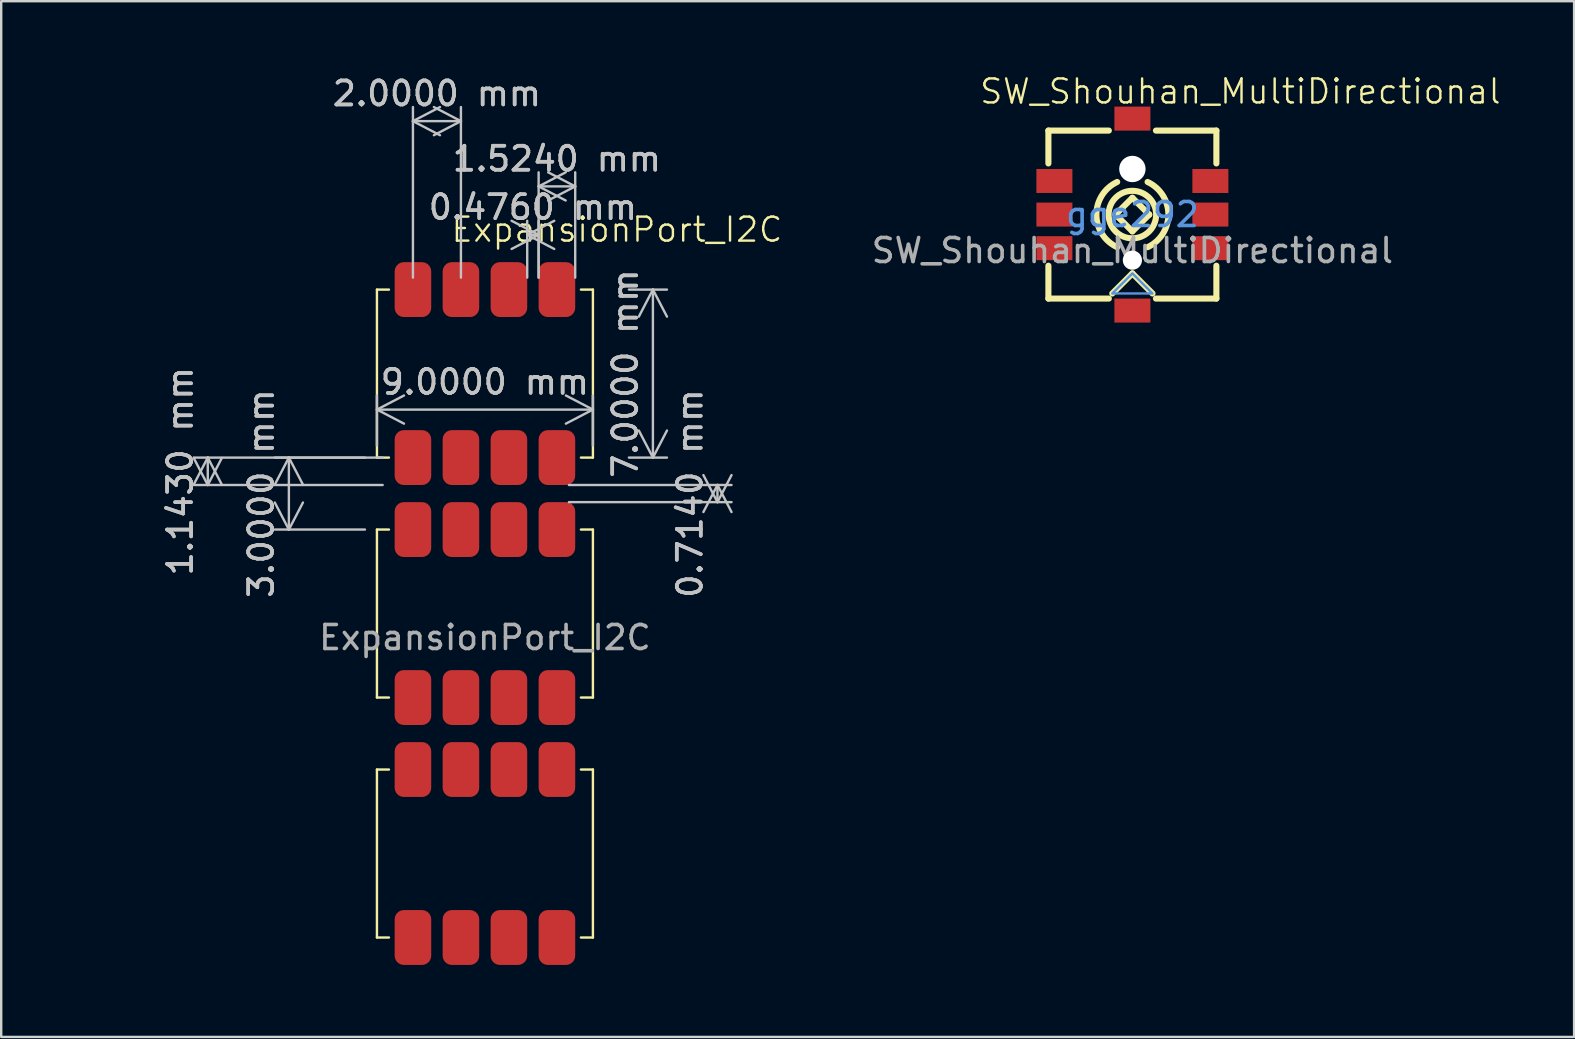
<source format=kicad_pcb>
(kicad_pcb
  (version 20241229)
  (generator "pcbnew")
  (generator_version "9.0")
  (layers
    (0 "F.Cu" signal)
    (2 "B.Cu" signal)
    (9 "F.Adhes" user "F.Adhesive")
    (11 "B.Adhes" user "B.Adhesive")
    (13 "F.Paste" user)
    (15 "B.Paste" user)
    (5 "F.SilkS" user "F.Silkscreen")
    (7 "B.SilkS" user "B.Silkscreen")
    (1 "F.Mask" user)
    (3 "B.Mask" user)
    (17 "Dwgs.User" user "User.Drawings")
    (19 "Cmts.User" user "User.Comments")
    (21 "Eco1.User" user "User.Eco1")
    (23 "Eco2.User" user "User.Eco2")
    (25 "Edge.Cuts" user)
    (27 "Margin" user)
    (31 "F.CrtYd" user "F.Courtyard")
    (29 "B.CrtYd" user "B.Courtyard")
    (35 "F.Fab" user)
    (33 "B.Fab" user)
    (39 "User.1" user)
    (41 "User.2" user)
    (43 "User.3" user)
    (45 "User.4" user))
  (footprint "SW_Shouhan_MultiDirectional"
    (layer "F.Cu")
    (at 44.139 5.761)
    (property "Reference" "SW_Shouhan_MultiDirectional" (at 4.5 -5 0) (unlocked yes) (layer "F.SilkS") (effects (font (size 1 1) (thickness 0.1))))
    (attr smd)
    (fp_line (start -3.5 -2) (end -3.5 -3.369) (stroke (width 0.254) (type solid)) (layer "F.SilkS"))
    (fp_line (start -3.5 3.631) (end -3.5 2.262) (stroke (width 0.254) (type solid)) (layer "F.SilkS"))
    (fp_line (start -3.5 3.631) (end -0.981 3.631) (stroke (width 0.254) (type solid)) (layer "F.SilkS"))
    (fp_line (start -0.981 -3.369) (end -3.5 -3.369) (stroke (width 0.254) (type solid)) (layer "F.SilkS"))
    (fp_line (start -0.838 3.419) (end 0 2.581) (stroke (width 0.254) (type solid)) (layer "F.SilkS"))
    (fp_line (start -0.7 0.131) (end -0.7 0.131) (stroke (width 0.254) (type solid)) (layer "F.SilkS"))
    (fp_line (start -0.7 0.131) (end 0 0.831) (stroke (width 0.254) (type solid)) (layer "F.SilkS"))
    (fp_line (start 0 -0.569) (end -0.7 0.131) (stroke (width 0.254) (type solid)) (layer "F.SilkS"))
    (fp_line (start 0 0.831) (end 0.7 0.131) (stroke (width 0.254) (type solid)) (layer "F.SilkS"))
    (fp_line (start 0 2.581) (end 0.838 3.419) (stroke (width 0.254) (type solid)) (layer "F.SilkS"))
    (fp_line (start 0.7 0.131) (end 0 -0.569) (stroke (width 0.254) (type solid)) (layer "F.SilkS"))
    (fp_line (start 0.7 0.131) (end 0.7 0.131) (stroke (width 0.254) (type solid)) (layer "F.SilkS"))
    (fp_line (start 0.981 3.631) (end 3.5 3.631) (stroke (width 0.254) (type solid)) (layer "F.SilkS"))
    (fp_line (start 3.5 -3.369) (end 0.981 -3.369) (stroke (width 0.254) (type solid)) (layer "F.SilkS"))
    (fp_line (start 3.5 -3.369) (end 3.5 -2) (stroke (width 0.254) (type solid)) (layer "F.SilkS"))
    (fp_line (start 3.5 2.262) (end 3.5 3.631) (stroke (width 0.254) (type solid)) (layer "F.SilkS"))
    (fp_arc (start -0.634 1.49) (mid -1.499612 0.130739) (end -0.633527 -1.228221) (stroke (width 0.254) (type solid)) (layer "F.SilkS"))
    (fp_arc (start 0.634 -1.228) (mid 1.499612 0.131261) (end 0.633527 1.490221) (stroke (width 0.254) (type solid)) (layer "F.SilkS"))
    (fp_circle (center 0 0.131) (end 0.99 0.131) (stroke (width 0.254) (type solid)) (fill no) (layer "F.SilkS"))
    (fp_circle (center 0 -1.769) (end 0.225 -1.769) (stroke (width 0.45) (type solid)) (fill no) (layer "Cmts.User"))
    (fp_circle (center 0 2.031) (end 0.15 2.031) (stroke (width 0.3) (type solid)) (fill no) (layer "Cmts.User"))
    (fp_poly (pts (xy -0.838 3.419) (xy 0.838 3.419) (xy 0 2.581)) (stroke (width 0.1) (type solid)) (fill no) (layer "Cmts.User"))
    (fp_text user "gge292" (at 0 0.131 0) (layer "Cmts.User") (effects (font (size 1 1) (thickness 0.15))))
    (fp_text user "${REFERENCE}" (at 0.000001 1.631 0) (unlocked yes) (layer "F.Fab") (effects (font (size 1 1) (thickness 0.15))))
    (pad "" np_thru_hole circle (at 0 -1.769) (size 1.1 1.1) (drill 1.1) (layers "*.Cu" "*.Mask"))
    (pad "" np_thru_hole circle (at 0 2.031) (size 0.8 0.8) (drill 0.8) (layers "*.Cu" "*.Mask"))
    (pad "1" smd rect (at -3.25 -1.269) (size 1.5 1) (layers "F.Cu" "F.Mask" "F.Paste"))
    (pad "2" smd rect (at -3.25 0.131) (size 1.5 1) (layers "F.Cu" "F.Mask" "F.Paste"))
    (pad "3" smd rect (at -3.25 1.531) (size 1.5 1) (layers "F.Cu" "F.Mask" "F.Paste"))
    (pad "4" smd rect (at 3.25 1.531) (size 1.5 1) (layers "F.Cu" "F.Mask" "F.Paste"))
    (pad "5" smd rect (at 3.25 0.131) (size 1.5 1) (layers "F.Cu" "F.Mask" "F.Paste"))
    (pad "6" smd rect (at 3.25 -1.269) (size 1.5 1) (layers "F.Cu" "F.Mask" "F.Paste"))
    (pad "7" smd rect (at 0 -3.869) (size 1.5 1) (layers "F.Cu" "F.Mask" "F.Paste"))
    (pad "8" smd rect (at 0 4.131) (size 1.5 1) (layers "F.Cu" "F.Mask" "F.Paste")))
  (footprint "ExpansionPort_I2C"
    (layer "F.Cu")
    (at 17.158 22.018)
    (property "Reference" "ExpansionPort_I2C" (at 5.5 -15.5 0) (unlocked yes) (layer "F.SilkS") (effects (font (size 1 1) (thickness 0.1))))
    (attr smd)
    (fp_line (start -4.5 -13) (end -4 -13) (stroke (width 0.1) (type default)) (layer "F.SilkS"))
    (fp_line (start -4.5 -6) (end -4.5 -13) (stroke (width 0.1) (type default)) (layer "F.SilkS"))
    (fp_line (start -4.5 -3) (end -4 -3) (stroke (width 0.1) (type default)) (layer "F.SilkS"))
    (fp_line (start -4.5 4) (end -4.5 -3) (stroke (width 0.1) (type default)) (layer "F.SilkS"))
    (fp_line (start -4.5 7) (end -4 7) (stroke (width 0.1) (type default)) (layer "F.SilkS"))
    (fp_line (start -4.5 14) (end -4.5 7) (stroke (width 0.1) (type default)) (layer "F.SilkS"))
    (fp_line (start -4 -6) (end -4.5 -6) (stroke (width 0.1) (type default)) (layer "F.SilkS"))
    (fp_line (start -4 4) (end -4.5 4) (stroke (width 0.1) (type default)) (layer "F.SilkS"))
    (fp_line (start -4 14) (end -4.5 14) (stroke (width 0.1) (type default)) (layer "F.SilkS"))
    (fp_line (start 4 -13) (end 4.5 -13) (stroke (width 0.1) (type default)) (layer "F.SilkS"))
    (fp_line (start 4 -3) (end 4.5 -3) (stroke (width 0.1) (type default)) (layer "F.SilkS"))
    (fp_line (start 4 7) (end 4.5 7) (stroke (width 0.1) (type default)) (layer "F.SilkS"))
    (fp_line (start 4.5 -13) (end 4.5 -6) (stroke (width 0.1) (type default)) (layer "F.SilkS"))
    (fp_line (start 4.5 -6) (end 4 -6) (stroke (width 0.1) (type default)) (layer "F.SilkS"))
    (fp_line (start 4.5 -3) (end 4.5 4) (stroke (width 0.1) (type default)) (layer "F.SilkS"))
    (fp_line (start 4.5 4) (end 4 4) (stroke (width 0.1) (type default)) (layer "F.SilkS"))
    (fp_line (start 4.5 7) (end 4.5 14) (stroke (width 0.1) (type default)) (layer "F.SilkS"))
    (fp_line (start 4.5 14) (end 4 14) (stroke (width 0.1) (type default)) (layer "F.SilkS"))
    (fp_text user "${REFERENCE}" (at 0 1.5 0) (unlocked yes) (layer "F.Fab") (effects (font (size 1 1) (thickness 0.15))))
    (dimension (type aligned) (layer "Dwgs.User") (pts (xy 20.158 17.875) (xy 20.158 17.161)) (height 6.69) (format (prefix "") (suffix "") (units 3) (units_format 1) (precision 4)) (style (thickness 0.1) (arrow_length 1.27) (text_position_mode 0) (arrow_direction outward) (extension_height 0.586) (extension_offset 0.5) (keep_text_aligned yes)) (gr_text "0.7140 mm" (at 25.698 17.518 90) (layer "Dwgs.User") (effects (font (size 1 1) (thickness 0.15)))))
    (dimension (type aligned) (layer "Dwgs.User") (pts (xy 20.92 9.018) (xy 19.396 9.018)) (height 4.3) (format (prefix "") (suffix "") (units 3) (units_format 1) (precision 4)) (style (thickness 0.1) (arrow_length 1.27) (text_position_mode 0) (arrow_direction outward) (extension_height 0.586) (extension_offset 0.5) (keep_text_aligned yes)) (gr_text "1.5240 mm" (at 20.158 3.568 0) (layer "Dwgs.User") (effects (font (size 1 1) (thickness 0.15)))))
    (dimension (type aligned) (layer "Dwgs.User") (pts (xy 19.396 9.018) (xy 18.92 9.018)) (height 2.28) (format (prefix "") (suffix "") (units 3) (units_format 1) (precision 4)) (style (thickness 0.1) (arrow_length 1.27) (text_position_mode 0) (arrow_direction outward) (extension_height 0.586) (extension_offset 0.5) (keep_text_aligned yes)) (gr_text "0.4760 mm" (at 19.158 5.588 0) (layer "Dwgs.User") (effects (font (size 1 1) (thickness 0.15)))))
    (dimension (type aligned) (layer "Dwgs.User") (pts (xy 12.658 19.018) (xy 12.658 16.018)) (height -3.67) (format (prefix "") (suffix "") (units 3) (units_format 1) (precision 4)) (style (thickness 0.1) (arrow_length 1.27) (text_position_mode 0) (arrow_direction outward) (extension_height 0.586) (extension_offset 0.5) (keep_text_aligned yes)) (gr_text "3.0000 mm" (at 7.838 17.518 90) (layer "Dwgs.User") (effects (font (size 1 1) (thickness 0.15)))))
    (dimension (type aligned) (layer "Dwgs.User") (pts (xy 14.158 9.018) (xy 16.158 9.018)) (height -7.02) (format (prefix "") (suffix "") (units 3) (units_format 1) (precision 4)) (style (thickness 0.1) (arrow_length 1.27) (text_position_mode 0) (arrow_direction outward) (extension_height 0.586) (extension_offset 0.5) (keep_text_aligned yes)) (gr_text "2.0000 mm" (at 15.158 0.848 0) (layer "Dwgs.User") (effects (font (size 1 1) (thickness 0.15)))))
    (dimension (type aligned) (layer "Dwgs.User") (pts (xy 22.658 9.018) (xy 22.658 16.018)) (height -1.5) (format (prefix "") (suffix "") (units 3) (units_format 1) (precision 4)) (style (thickness 0.1) (arrow_length 1.27) (text_position_mode 0) (arrow_direction outward) (extension_height 0.586) (extension_offset 0.5) (keep_text_aligned yes)) (gr_text "7.0000 mm" (at 23.008 12.518 90) (layer "Dwgs.User") (effects (font (size 1 1) (thickness 0.15)))))
    (dimension (type aligned) (layer "Dwgs.User") (pts (xy 21.658 16.018) (xy 12.658 16.018)) (height 2) (format (prefix "") (suffix "") (units 3) (units_format 1) (precision 4)) (style (thickness 0.1) (arrow_length 1.27) (text_position_mode 0) (arrow_direction outward) (extension_height 0.586) (extension_offset 0.5) (keep_text_aligned yes)) (gr_text "9.0000 mm" (at 17.158 12.868 0) (layer "Dwgs.User") (effects (font (size 1 1) (thickness 0.15)))))
    (dimension (type aligned) (layer "Dwgs.User") (pts (xy 13.396 17.161) (xy 13.396 16.018)) (height -7.788) (format (prefix "") (suffix "") (units 3) (units_format 1) (precision 4)) (style (thickness 0.1) (arrow_length 1.27) (text_position_mode 0) (arrow_direction outward) (extension_height 0.586) (extension_offset 0.5) (keep_text_aligned yes)) (gr_text "1.1430 mm" (at 4.458 16.59 90) (layer "Dwgs.User") (effects (font (size 1 1) (thickness 0.15)))))
    (pad "1" smd roundrect (at -3 -13 90) (size 2.286 1.524) (layers "F.Cu" "F.Mask" "F.Paste") (roundrect_rratio 0.25))
    (pad "1" smd roundrect (at -3 -3 90) (size 2.286 1.524) (layers "F.Cu" "F.Mask" "F.Paste") (roundrect_rratio 0.25))
    (pad "1" smd roundrect (at -3 7 90) (size 2.286 1.524) (layers "F.Cu" "F.Mask" "F.Paste") (roundrect_rratio 0.25))
    (pad "1" smd roundrect (at -1 -13 90) (size 2.286 1.524) (layers "F.Cu" "F.Mask" "F.Paste") (roundrect_rratio 0.25))
    (pad "1" smd roundrect (at -1 -3 90) (size 2.286 1.524) (layers "F.Cu" "F.Mask" "F.Paste") (roundrect_rratio 0.25))
    (pad "1" smd roundrect (at -1 7 90) (size 2.286 1.524) (layers "F.Cu" "F.Mask" "F.Paste") (roundrect_rratio 0.25))
    (pad "1" smd roundrect (at 1 -13 90) (size 2.286 1.524) (layers "F.Cu" "F.Mask" "F.Paste") (roundrect_rratio 0.25))
    (pad "1" smd roundrect (at 1 -3 90) (size 2.286 1.524) (layers "F.Cu" "F.Mask" "F.Paste") (roundrect_rratio 0.25))
    (pad "1" smd roundrect (at 1 7 90) (size 2.286 1.524) (layers "F.Cu" "F.Mask" "F.Paste") (roundrect_rratio 0.25))
    (pad "1" smd roundrect (at 3 -13 90) (size 2.286 1.524) (layers "F.Cu" "F.Mask" "F.Paste") (roundrect_rratio 0.25))
    (pad "1" smd roundrect (at 3 -6 90) (size 2.286 1.524) (layers "F.Cu" "F.Mask" "F.Paste") (roundrect_rratio 0.25))
    (pad "1" smd roundrect (at 3 -3 90) (size 2.286 1.524) (layers "F.Cu" "F.Mask" "F.Paste") (roundrect_rratio 0.25))
    (pad "1" smd roundrect (at 3 4 90) (size 2.286 1.524) (layers "F.Cu" "F.Mask" "F.Paste") (roundrect_rratio 0.25))
    (pad "1" smd roundrect (at 3 7 90) (size 2.286 1.524) (layers "F.Cu" "F.Mask" "F.Paste") (roundrect_rratio 0.25))
    (pad "1" smd roundrect (at 3 14 90) (size 2.286 1.524) (layers "F.Cu" "F.Mask" "F.Paste") (roundrect_rratio 0.25))
    (pad "2" smd roundrect (at -3 -6 90) (size 2.286 1.524) (layers "F.Cu" "F.Mask" "F.Paste") (roundrect_rratio 0.25))
    (pad "2" smd roundrect (at -3 4 90) (size 2.286 1.524) (layers "F.Cu" "F.Mask" "F.Paste") (roundrect_rratio 0.25))
    (pad "2" smd roundrect (at -3 14 90) (size 2.286 1.524) (layers "F.Cu" "F.Mask" "F.Paste") (roundrect_rratio 0.25))
    (pad "3" smd roundrect (at -1 -6 90) (size 2.286 1.524) (layers "F.Cu" "F.Mask" "F.Paste") (roundrect_rratio 0.25))
    (pad "3" smd roundrect (at -1 4 90) (size 2.286 1.524) (layers "F.Cu" "F.Mask" "F.Paste") (roundrect_rratio 0.25))
    (pad "3" smd roundrect (at -1 14 90) (size 2.286 1.524) (layers "F.Cu" "F.Mask" "F.Paste") (roundrect_rratio 0.25))
    (pad "4" smd roundrect (at 1 -6 90) (size 2.286 1.524) (layers "F.Cu" "F.Mask" "F.Paste") (roundrect_rratio 0.25))
    (pad "4" smd roundrect (at 1 4 90) (size 2.286 1.524) (layers "F.Cu" "F.Mask" "F.Paste") (roundrect_rratio 0.25))
    (pad "4" smd roundrect (at 1 14 90) (size 2.286 1.524) (layers "F.Cu" "F.Mask" "F.Paste") (roundrect_rratio 0.25)))
  (gr_rect
    (start -3 -3)
    (end 62.546 40.161)
    (stroke (width 0.1) (type default))
    (fill no)
    (layer "Edge.Cuts")))
</source>
